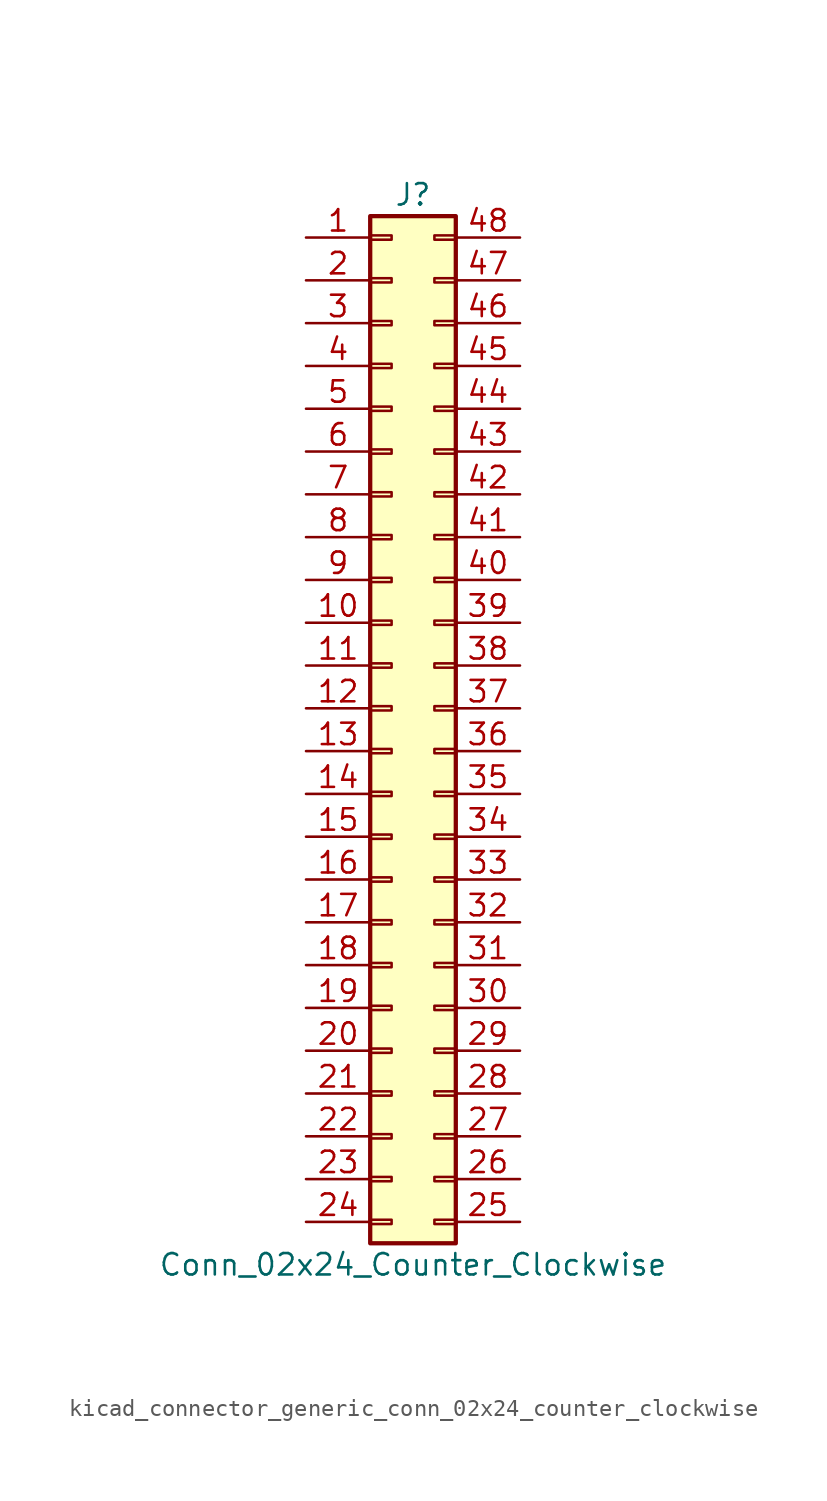
<source format=kicad_sym>
(kicad_symbol_lib
  (version 20220914)
  (generator kicad_symbol_editor)
  (symbol "kicad_connector_generic_conn_02x24_counter_clockwise"
    (pin_names
      (offset 1.016) hide)
    (property "Reference" "J"
      (at 1.27 30.48 0)
      (effects (font (size 1.27 1.27))))
    (property "Value" "Conn_02x24_Counter_Clockwise"
      (at 1.27 -33.02 0)
      (effects (font (size 1.27 1.27))))
    (symbol "kicad_connector_generic_conn_02x24_counter_clockwise_1_1"
      (rectangle (start -1.27 -30.353) (end 0 -30.607) (stroke (width 0.152) (type default)) (fill (type none)))
      (rectangle (start -1.27 -27.813) (end 0 -28.067) (stroke (width 0.152) (type default)) (fill (type none)))
      (rectangle (start -1.27 -25.273) (end 0 -25.527) (stroke (width 0.152) (type default)) (fill (type none)))
      (rectangle (start -1.27 -22.733) (end 0 -22.987) (stroke (width 0.152) (type default)) (fill (type none)))
      (rectangle (start -1.27 -20.193) (end 0 -20.447) (stroke (width 0.152) (type default)) (fill (type none)))
      (rectangle (start -1.27 -17.653) (end 0 -17.907) (stroke (width 0.152) (type default)) (fill (type none)))
      (rectangle (start -1.27 -15.113) (end 0 -15.367) (stroke (width 0.152) (type default)) (fill (type none)))
      (rectangle (start -1.27 -12.573) (end 0 -12.827) (stroke (width 0.152) (type default)) (fill (type none)))
      (rectangle (start -1.27 -10.033) (end 0 -10.287) (stroke (width 0.152) (type default)) (fill (type none)))
      (rectangle (start -1.27 -7.493) (end 0 -7.747) (stroke (width 0.152) (type default)) (fill (type none)))
      (rectangle (start -1.27 -4.953) (end 0 -5.207) (stroke (width 0.152) (type default)) (fill (type none)))
      (rectangle (start -1.27 -2.413) (end 0 -2.667) (stroke (width 0.152) (type default)) (fill (type none)))
      (rectangle (start -1.27 0.127) (end 0 -0.127) (stroke (width 0.152) (type default)) (fill (type none)))
      (rectangle (start -1.27 2.667) (end 0 2.413) (stroke (width 0.152) (type default)) (fill (type none)))
      (rectangle (start -1.27 5.207) (end 0 4.953) (stroke (width 0.152) (type default)) (fill (type none)))
      (rectangle (start -1.27 7.747) (end 0 7.493) (stroke (width 0.152) (type default)) (fill (type none)))
      (rectangle (start -1.27 10.287) (end 0 10.033) (stroke (width 0.152) (type default)) (fill (type none)))
      (rectangle (start -1.27 12.827) (end 0 12.573) (stroke (width 0.152) (type default)) (fill (type none)))
      (rectangle (start -1.27 15.367) (end 0 15.113) (stroke (width 0.152) (type default)) (fill (type none)))
      (rectangle (start -1.27 17.907) (end 0 17.653) (stroke (width 0.152) (type default)) (fill (type none)))
      (rectangle (start -1.27 20.447) (end 0 20.193) (stroke (width 0.152) (type default)) (fill (type none)))
      (rectangle (start -1.27 22.987) (end 0 22.733) (stroke (width 0.152) (type default)) (fill (type none)))
      (rectangle (start -1.27 25.527) (end 0 25.273) (stroke (width 0.152) (type default)) (fill (type none)))
      (rectangle (start -1.27 28.067) (end 0 27.813) (stroke (width 0.152) (type default)) (fill (type none)))
      (rectangle (start -1.27 29.21) (end 3.81 -31.75) (stroke (width 0.254) (type default)) (fill (type background)))
      (rectangle (start 3.81 -30.353) (end 2.54 -30.607) (stroke (width 0.152) (type default)) (fill (type none)))
      (rectangle (start 3.81 -27.813) (end 2.54 -28.067) (stroke (width 0.152) (type default)) (fill (type none)))
      (rectangle (start 3.81 -25.273) (end 2.54 -25.527) (stroke (width 0.152) (type default)) (fill (type none)))
      (rectangle (start 3.81 -22.733) (end 2.54 -22.987) (stroke (width 0.152) (type default)) (fill (type none)))
      (rectangle (start 3.81 -20.193) (end 2.54 -20.447) (stroke (width 0.152) (type default)) (fill (type none)))
      (rectangle (start 3.81 -17.653) (end 2.54 -17.907) (stroke (width 0.152) (type default)) (fill (type none)))
      (rectangle (start 3.81 -15.113) (end 2.54 -15.367) (stroke (width 0.152) (type default)) (fill (type none)))
      (rectangle (start 3.81 -12.573) (end 2.54 -12.827) (stroke (width 0.152) (type default)) (fill (type none)))
      (rectangle (start 3.81 -10.033) (end 2.54 -10.287) (stroke (width 0.152) (type default)) (fill (type none)))
      (rectangle (start 3.81 -7.493) (end 2.54 -7.747) (stroke (width 0.152) (type default)) (fill (type none)))
      (rectangle (start 3.81 -4.953) (end 2.54 -5.207) (stroke (width 0.152) (type default)) (fill (type none)))
      (rectangle (start 3.81 -2.413) (end 2.54 -2.667) (stroke (width 0.152) (type default)) (fill (type none)))
      (rectangle (start 3.81 0.127) (end 2.54 -0.127) (stroke (width 0.152) (type default)) (fill (type none)))
      (rectangle (start 3.81 2.667) (end 2.54 2.413) (stroke (width 0.152) (type default)) (fill (type none)))
      (rectangle (start 3.81 5.207) (end 2.54 4.953) (stroke (width 0.152) (type default)) (fill (type none)))
      (rectangle (start 3.81 7.747) (end 2.54 7.493) (stroke (width 0.152) (type default)) (fill (type none)))
      (rectangle (start 3.81 10.287) (end 2.54 10.033) (stroke (width 0.152) (type default)) (fill (type none)))
      (rectangle (start 3.81 12.827) (end 2.54 12.573) (stroke (width 0.152) (type default)) (fill (type none)))
      (rectangle (start 3.81 15.367) (end 2.54 15.113) (stroke (width 0.152) (type default)) (fill (type none)))
      (rectangle (start 3.81 17.907) (end 2.54 17.653) (stroke (width 0.152) (type default)) (fill (type none)))
      (rectangle (start 3.81 20.447) (end 2.54 20.193) (stroke (width 0.152) (type default)) (fill (type none)))
      (rectangle (start 3.81 22.987) (end 2.54 22.733) (stroke (width 0.152) (type default)) (fill (type none)))
      (rectangle (start 3.81 25.527) (end 2.54 25.273) (stroke (width 0.152) (type default)) (fill (type none)))
      (rectangle (start 3.81 28.067) (end 2.54 27.813) (stroke (width 0.152) (type default)) (fill (type none)))
      (pin passive line (at -5.08 27.94 0) (length 3.81) (name "Pin_1" (effects (font (size 1.27 1.27)))) (number "1" (effects (font (size 1.27 1.27)))))
      (pin passive line (at -5.08 5.08 0) (length 3.81) (name "Pin_10" (effects (font (size 1.27 1.27)))) (number "10" (effects (font (size 1.27 1.27)))))
      (pin passive line (at -5.08 2.54 0) (length 3.81) (name "Pin_11" (effects (font (size 1.27 1.27)))) (number "11" (effects (font (size 1.27 1.27)))))
      (pin passive line (at -5.08 0 0) (length 3.81) (name "Pin_12" (effects (font (size 1.27 1.27)))) (number "12" (effects (font (size 1.27 1.27)))))
      (pin passive line (at -5.08 -2.54 0) (length 3.81) (name "Pin_13" (effects (font (size 1.27 1.27)))) (number "13" (effects (font (size 1.27 1.27)))))
      (pin passive line (at -5.08 -5.08 0) (length 3.81) (name "Pin_14" (effects (font (size 1.27 1.27)))) (number "14" (effects (font (size 1.27 1.27)))))
      (pin passive line (at -5.08 -7.62 0) (length 3.81) (name "Pin_15" (effects (font (size 1.27 1.27)))) (number "15" (effects (font (size 1.27 1.27)))))
      (pin passive line (at -5.08 -10.16 0) (length 3.81) (name "Pin_16" (effects (font (size 1.27 1.27)))) (number "16" (effects (font (size 1.27 1.27)))))
      (pin passive line (at -5.08 -12.7 0) (length 3.81) (name "Pin_17" (effects (font (size 1.27 1.27)))) (number "17" (effects (font (size 1.27 1.27)))))
      (pin passive line (at -5.08 -15.24 0) (length 3.81) (name "Pin_18" (effects (font (size 1.27 1.27)))) (number "18" (effects (font (size 1.27 1.27)))))
      (pin passive line (at -5.08 -17.78 0) (length 3.81) (name "Pin_19" (effects (font (size 1.27 1.27)))) (number "19" (effects (font (size 1.27 1.27)))))
      (pin passive line (at -5.08 25.4 0) (length 3.81) (name "Pin_2" (effects (font (size 1.27 1.27)))) (number "2" (effects (font (size 1.27 1.27)))))
      (pin passive line (at -5.08 -20.32 0) (length 3.81) (name "Pin_20" (effects (font (size 1.27 1.27)))) (number "20" (effects (font (size 1.27 1.27)))))
      (pin passive line (at -5.08 -22.86 0) (length 3.81) (name "Pin_21" (effects (font (size 1.27 1.27)))) (number "21" (effects (font (size 1.27 1.27)))))
      (pin passive line (at -5.08 -25.4 0) (length 3.81) (name "Pin_22" (effects (font (size 1.27 1.27)))) (number "22" (effects (font (size 1.27 1.27)))))
      (pin passive line (at -5.08 -27.94 0) (length 3.81) (name "Pin_23" (effects (font (size 1.27 1.27)))) (number "23" (effects (font (size 1.27 1.27)))))
      (pin passive line (at -5.08 -30.48 0) (length 3.81) (name "Pin_24" (effects (font (size 1.27 1.27)))) (number "24" (effects (font (size 1.27 1.27)))))
      (pin passive line (at 7.62 -30.48 180) (length 3.81) (name "Pin_25" (effects (font (size 1.27 1.27)))) (number "25" (effects (font (size 1.27 1.27)))))
      (pin passive line (at 7.62 -27.94 180) (length 3.81) (name "Pin_26" (effects (font (size 1.27 1.27)))) (number "26" (effects (font (size 1.27 1.27)))))
      (pin passive line (at 7.62 -25.4 180) (length 3.81) (name "Pin_27" (effects (font (size 1.27 1.27)))) (number "27" (effects (font (size 1.27 1.27)))))
      (pin passive line (at 7.62 -22.86 180) (length 3.81) (name "Pin_28" (effects (font (size 1.27 1.27)))) (number "28" (effects (font (size 1.27 1.27)))))
      (pin passive line (at 7.62 -20.32 180) (length 3.81) (name "Pin_29" (effects (font (size 1.27 1.27)))) (number "29" (effects (font (size 1.27 1.27)))))
      (pin passive line (at -5.08 22.86 0) (length 3.81) (name "Pin_3" (effects (font (size 1.27 1.27)))) (number "3" (effects (font (size 1.27 1.27)))))
      (pin passive line (at 7.62 -17.78 180) (length 3.81) (name "Pin_30" (effects (font (size 1.27 1.27)))) (number "30" (effects (font (size 1.27 1.27)))))
      (pin passive line (at 7.62 -15.24 180) (length 3.81) (name "Pin_31" (effects (font (size 1.27 1.27)))) (number "31" (effects (font (size 1.27 1.27)))))
      (pin passive line (at 7.62 -12.7 180) (length 3.81) (name "Pin_32" (effects (font (size 1.27 1.27)))) (number "32" (effects (font (size 1.27 1.27)))))
      (pin passive line (at 7.62 -10.16 180) (length 3.81) (name "Pin_33" (effects (font (size 1.27 1.27)))) (number "33" (effects (font (size 1.27 1.27)))))
      (pin passive line (at 7.62 -7.62 180) (length 3.81) (name "Pin_34" (effects (font (size 1.27 1.27)))) (number "34" (effects (font (size 1.27 1.27)))))
      (pin passive line (at 7.62 -5.08 180) (length 3.81) (name "Pin_35" (effects (font (size 1.27 1.27)))) (number "35" (effects (font (size 1.27 1.27)))))
      (pin passive line (at 7.62 -2.54 180) (length 3.81) (name "Pin_36" (effects (font (size 1.27 1.27)))) (number "36" (effects (font (size 1.27 1.27)))))
      (pin passive line (at 7.62 0 180) (length 3.81) (name "Pin_37" (effects (font (size 1.27 1.27)))) (number "37" (effects (font (size 1.27 1.27)))))
      (pin passive line (at 7.62 2.54 180) (length 3.81) (name "Pin_38" (effects (font (size 1.27 1.27)))) (number "38" (effects (font (size 1.27 1.27)))))
      (pin passive line (at 7.62 5.08 180) (length 3.81) (name "Pin_39" (effects (font (size 1.27 1.27)))) (number "39" (effects (font (size 1.27 1.27)))))
      (pin passive line (at -5.08 20.32 0) (length 3.81) (name "Pin_4" (effects (font (size 1.27 1.27)))) (number "4" (effects (font (size 1.27 1.27)))))
      (pin passive line (at 7.62 7.62 180) (length 3.81) (name "Pin_40" (effects (font (size 1.27 1.27)))) (number "40" (effects (font (size 1.27 1.27)))))
      (pin passive line (at 7.62 10.16 180) (length 3.81) (name "Pin_41" (effects (font (size 1.27 1.27)))) (number "41" (effects (font (size 1.27 1.27)))))
      (pin passive line (at 7.62 12.7 180) (length 3.81) (name "Pin_42" (effects (font (size 1.27 1.27)))) (number "42" (effects (font (size 1.27 1.27)))))
      (pin passive line (at 7.62 15.24 180) (length 3.81) (name "Pin_43" (effects (font (size 1.27 1.27)))) (number "43" (effects (font (size 1.27 1.27)))))
      (pin passive line (at 7.62 17.78 180) (length 3.81) (name "Pin_44" (effects (font (size 1.27 1.27)))) (number "44" (effects (font (size 1.27 1.27)))))
      (pin passive line (at 7.62 20.32 180) (length 3.81) (name "Pin_45" (effects (font (size 1.27 1.27)))) (number "45" (effects (font (size 1.27 1.27)))))
      (pin passive line (at 7.62 22.86 180) (length 3.81) (name "Pin_46" (effects (font (size 1.27 1.27)))) (number "46" (effects (font (size 1.27 1.27)))))
      (pin passive line (at 7.62 25.4 180) (length 3.81) (name "Pin_47" (effects (font (size 1.27 1.27)))) (number "47" (effects (font (size 1.27 1.27)))))
      (pin passive line (at 7.62 27.94 180) (length 3.81) (name "Pin_48" (effects (font (size 1.27 1.27)))) (number "48" (effects (font (size 1.27 1.27)))))
      (pin passive line (at -5.08 17.78 0) (length 3.81) (name "Pin_5" (effects (font (size 1.27 1.27)))) (number "5" (effects (font (size 1.27 1.27)))))
      (pin passive line (at -5.08 15.24 0) (length 3.81) (name "Pin_6" (effects (font (size 1.27 1.27)))) (number "6" (effects (font (size 1.27 1.27)))))
      (pin passive line (at -5.08 12.7 0) (length 3.81) (name "Pin_7" (effects (font (size 1.27 1.27)))) (number "7" (effects (font (size 1.27 1.27)))))
      (pin passive line (at -5.08 10.16 0) (length 3.81) (name "Pin_8" (effects (font (size 1.27 1.27)))) (number "8" (effects (font (size 1.27 1.27)))))
      (pin passive line (at -5.08 7.62 0) (length 3.81) (name "Pin_9" (effects (font (size 1.27 1.27)))) (number "9" (effects (font (size 1.27 1.27))))))))
</source>
